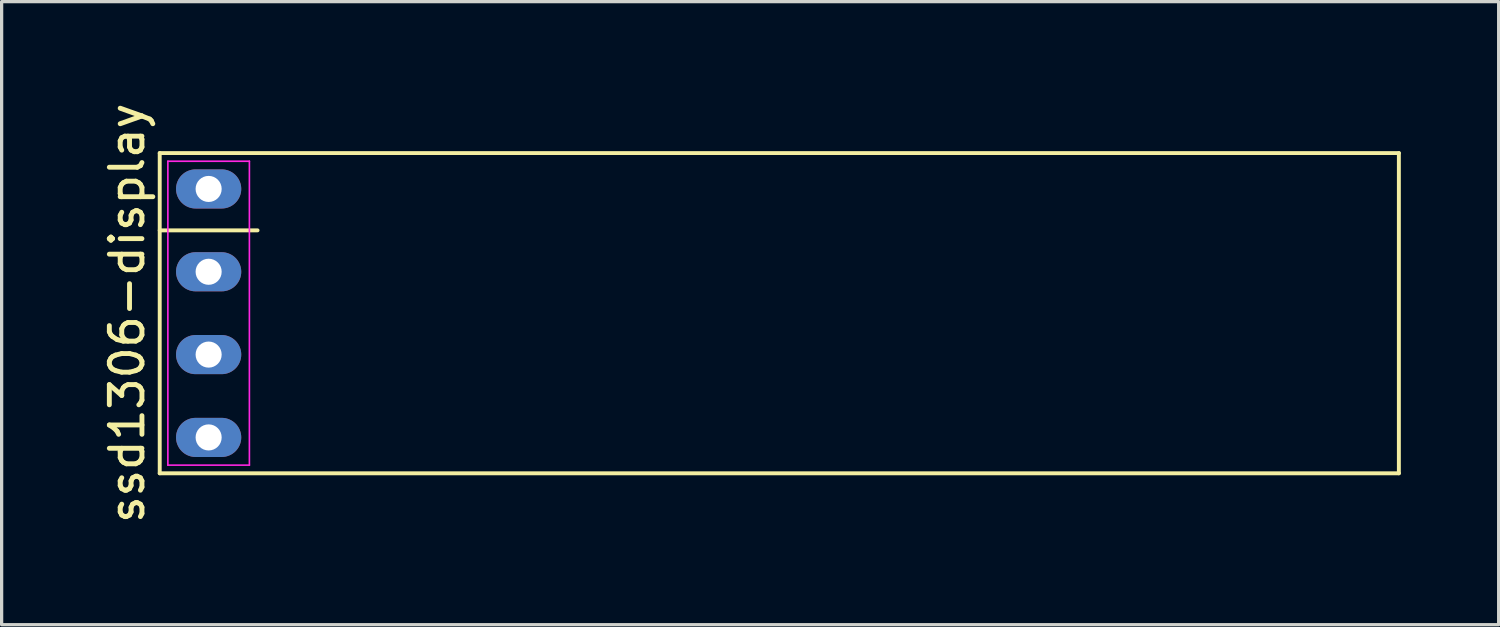
<source format=kicad_pcb>
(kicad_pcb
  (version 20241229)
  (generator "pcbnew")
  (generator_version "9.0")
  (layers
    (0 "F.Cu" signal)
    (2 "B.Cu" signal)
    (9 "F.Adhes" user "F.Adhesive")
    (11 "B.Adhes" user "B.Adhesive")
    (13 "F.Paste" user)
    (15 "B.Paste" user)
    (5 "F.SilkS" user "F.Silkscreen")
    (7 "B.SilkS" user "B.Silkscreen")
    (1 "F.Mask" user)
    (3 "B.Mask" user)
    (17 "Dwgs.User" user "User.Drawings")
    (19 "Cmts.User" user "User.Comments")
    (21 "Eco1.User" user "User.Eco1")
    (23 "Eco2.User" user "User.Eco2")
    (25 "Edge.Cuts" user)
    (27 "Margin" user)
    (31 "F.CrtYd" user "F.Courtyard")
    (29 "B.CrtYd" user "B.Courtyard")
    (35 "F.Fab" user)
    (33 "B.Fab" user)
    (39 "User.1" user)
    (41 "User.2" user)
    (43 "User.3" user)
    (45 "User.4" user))
  (footprint "ssd1306-display"
    (layer "F.Cu")
    (at 13.248 6.564)
    (property "Reference" "ssd1306-display" (at -12.4 -0.01 270) (layer "F.SilkS") (effects (font (size 1 1) (thickness 0.15))))
    (fp_line (start -11.4 -4.92) (end 26.6 -4.92) (stroke (width 0.12) (type solid)) (layer "F.SilkS"))
    (fp_line (start -11.4 4.9) (end -11.4 -4.92) (stroke (width 0.12) (type solid)) (layer "F.SilkS"))
    (fp_line (start -8.4 -2.55) (end -11.4 -2.55) (stroke (width 0.12) (type solid)) (layer "F.SilkS"))
    (fp_line (start 26.6 -4.92) (end 26.6 4.9) (stroke (width 0.12) (type solid)) (layer "F.SilkS"))
    (fp_line (start 26.6 4.9) (end -11.4 4.9) (stroke (width 0.12) (type solid)) (layer "F.SilkS"))
    (fp_line (start -11.15 -4.67) (end -8.65 -4.67) (stroke (width 0.05) (type solid)) (layer "F.CrtYd"))
    (fp_line (start -11.15 4.65) (end -11.15 -4.67) (stroke (width 0.05) (type solid)) (layer "F.CrtYd"))
    (fp_line (start -8.65 -4.67) (end -8.65 4.65) (stroke (width 0.05) (type solid)) (layer "F.CrtYd"))
    (fp_line (start -8.65 4.65) (end -11.15 4.65) (stroke (width 0.05) (type solid)) (layer "F.CrtYd"))
    (pad "1" thru_hole oval (at -9.9 -3.82 270) (size 1.2 2) (drill 0.8) (layers "*.Cu" "*.Mask"))
    (pad "2" thru_hole oval (at -9.9 -1.28 270) (size 1.2 2) (drill 0.8) (layers "*.Cu" "*.Mask"))
    (pad "3" thru_hole oval (at -9.9 1.26 270) (size 1.2 2) (drill 0.8) (layers "*.Cu" "*.Mask"))
    (pad "4" thru_hole oval (at -9.9 3.8 270) (size 1.2 2) (drill 0.8) (layers "*.Cu" "*.Mask")))
  (gr_rect
    (start -3 -3)
    (end 42.908 16.107)
    (stroke (width 0.1) (type default))
    (fill no)
    (layer "Edge.Cuts")))
</source>
